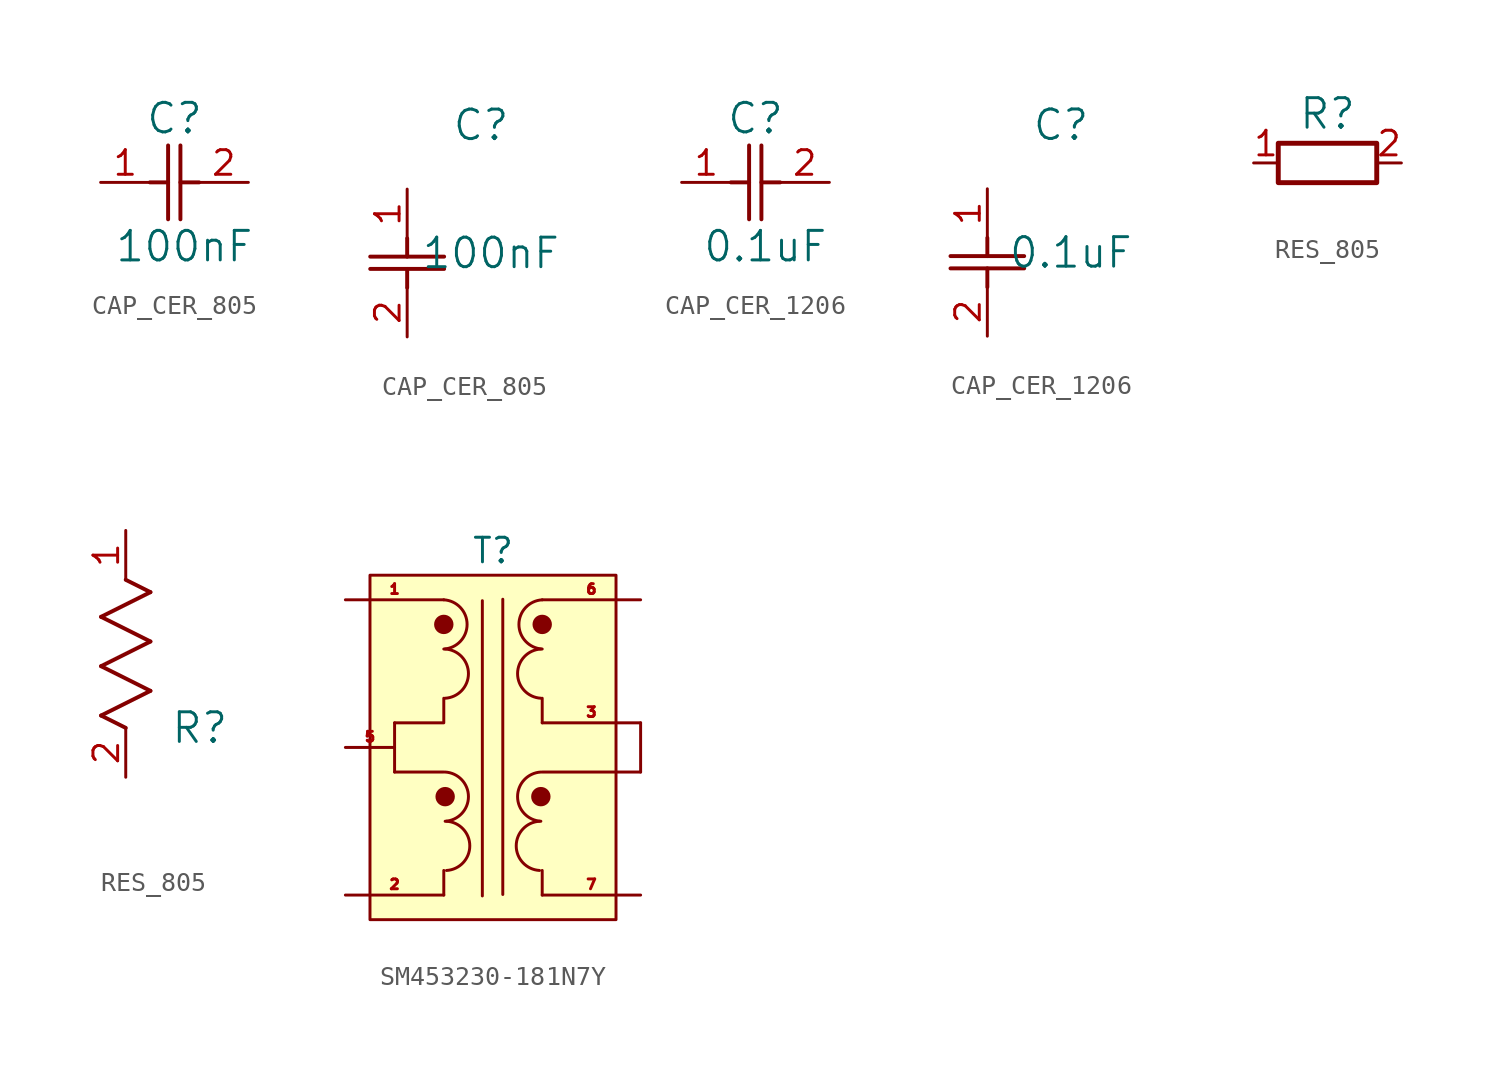
<source format=kicad_sym>
(kicad_symbol_lib
  (version 20231120)
  (generator "kicad_symbol_editor")
  (generator_version "8.0")
  (symbol "CAP_CER_805"
    (pin_names
      (offset 0.254))
    (property "Reference" "C"
      (at 3.81 3.302 0)
      (effects (font (size 1.524 1.524))))
    (property "Value" "100nF"
      (at 4.318 -3.302 0)
      (effects (font (size 1.524 1.524))))
    (symbol "CAP_CER_805_1_1"
      (polyline (pts (xy 2.54 0) (xy 3.48 0)) (stroke (width 0.203) (type default)) (fill (type none)))
      (polyline (pts (xy 3.48 -1.905) (xy 3.48 1.905)) (stroke (width 0.203) (type default)) (fill (type none)))
      (polyline (pts (xy 4.115 -1.905) (xy 4.115 1.905)) (stroke (width 0.203) (type default)) (fill (type none)))
      (polyline (pts (xy 4.115 0) (xy 5.08 0)) (stroke (width 0.203) (type default)) (fill (type none)))
      (pin unspecified line (at 0 0 0) (length 2.54) (name "" (effects (font (size 1.27 1.27)))) (number "1" (effects (font (size 1.27 1.27)))))
      (pin unspecified line (at 7.62 0 180) (length 2.54) (name "" (effects (font (size 1.27 1.27)))) (number "2" (effects (font (size 1.27 1.27))))))
    (symbol "CAP_CER_805_1_2"
      (polyline (pts (xy -1.905 -4.115) (xy 1.905 -4.115)) (stroke (width 0.203) (type default)) (fill (type none)))
      (polyline (pts (xy -1.905 -3.48) (xy 1.905 -3.48)) (stroke (width 0.203) (type default)) (fill (type none)))
      (polyline (pts (xy 0 -4.115) (xy 0 -5.08)) (stroke (width 0.203) (type default)) (fill (type none)))
      (polyline (pts (xy 0 -2.54) (xy 0 -3.48)) (stroke (width 0.203) (type default)) (fill (type none)))
      (pin unspecified line (at 0 0 270) (length 2.54) (name "" (effects (font (size 1.27 1.27)))) (number "1" (effects (font (size 1.27 1.27)))))
      (pin unspecified line (at 0 -7.62 90) (length 2.54) (name "" (effects (font (size 1.27 1.27)))) (number "2" (effects (font (size 1.27 1.27)))))))
  (symbol "CAP_CER_1206"
    (pin_names
      (offset 0.254))
    (property "Reference" "C"
      (at 3.81 3.302 0)
      (effects (font (size 1.524 1.524))))
    (property "Value" "0.1uF"
      (at 4.318 -3.302 0)
      (effects (font (size 1.524 1.524))))
    (symbol "CAP_CER_1206_1_1"
      (polyline (pts (xy 2.54 0) (xy 3.48 0)) (stroke (width 0.203) (type default)) (fill (type none)))
      (polyline (pts (xy 3.48 -1.905) (xy 3.48 1.905)) (stroke (width 0.203) (type default)) (fill (type none)))
      (polyline (pts (xy 4.115 -1.905) (xy 4.115 1.905)) (stroke (width 0.203) (type default)) (fill (type none)))
      (polyline (pts (xy 4.115 0) (xy 5.08 0)) (stroke (width 0.203) (type default)) (fill (type none)))
      (pin unspecified line (at 0 0 0) (length 2.54) (name "" (effects (font (size 1.27 1.27)))) (number "1" (effects (font (size 1.27 1.27)))))
      (pin unspecified line (at 7.62 0 180) (length 2.54) (name "" (effects (font (size 1.27 1.27)))) (number "2" (effects (font (size 1.27 1.27))))))
    (symbol "CAP_CER_1206_1_2"
      (polyline (pts (xy -1.905 -4.115) (xy 1.905 -4.115)) (stroke (width 0.203) (type default)) (fill (type none)))
      (polyline (pts (xy -1.905 -3.48) (xy 1.905 -3.48)) (stroke (width 0.203) (type default)) (fill (type none)))
      (polyline (pts (xy 0 -4.115) (xy 0 -5.08)) (stroke (width 0.203) (type default)) (fill (type none)))
      (polyline (pts (xy 0 -2.54) (xy 0 -3.48)) (stroke (width 0.203) (type default)) (fill (type none)))
      (pin unspecified line (at 0 0 270) (length 2.54) (name "" (effects (font (size 1.27 1.27)))) (number "1" (effects (font (size 1.27 1.27)))))
      (pin unspecified line (at 0 -7.62 90) (length 2.54) (name "" (effects (font (size 1.27 1.27)))) (number "2" (effects (font (size 1.27 1.27)))))))
  (symbol "RES_805"
    (pin_names
      (offset 0.254))
    (property "Reference" "R"
      (at 3.81 2.54 0)
      (effects (font (size 1.524 1.524))))
    (property "Value" ""
      (at 3.81 -2.54 0)
      (effects (font (size 1.524 1.524))))
    (symbol "RES_805_0_1"
      (rectangle (start 1.27 1.016) (end 6.35 -1.016) (stroke (width 0.254) (type default)) (fill (type none))))
    (symbol "RES_805_1_1"
      (pin passive line (at 0 0 0) (length 1.27) (name "~" (effects (font (size 1.27 1.27)))) (number "1" (effects (font (size 1.27 1.27)))))
      (pin passive line (at 7.62 0 180) (length 1.27) (name "~" (effects (font (size 1.27 1.27)))) (number "2" (effects (font (size 1.27 1.27))))))
    (symbol "RES_805_1_2"
      (polyline (pts (xy -1.27 3.175) (xy 1.27 4.445)) (stroke (width 0.203) (type default)) (fill (type none)))
      (polyline (pts (xy -1.27 5.715) (xy 1.27 6.985)) (stroke (width 0.203) (type default)) (fill (type none)))
      (polyline (pts (xy -1.27 8.255) (xy 1.27 9.525)) (stroke (width 0.203) (type default)) (fill (type none)))
      (polyline (pts (xy 0 2.54) (xy -1.27 3.175)) (stroke (width 0.203) (type default)) (fill (type none)))
      (polyline (pts (xy 1.27 4.445) (xy -1.27 5.715)) (stroke (width 0.203) (type default)) (fill (type none)))
      (polyline (pts (xy 1.27 6.985) (xy -1.27 8.255)) (stroke (width 0.203) (type default)) (fill (type none)))
      (polyline (pts (xy 1.27 9.525) (xy 0 10.16)) (stroke (width 0.203) (type default)) (fill (type none)))
      (pin unspecified line (at 0 12.7 270) (length 2.54) (name "" (effects (font (size 1.27 1.27)))) (number "1" (effects (font (size 1.27 1.27)))))
      (pin unspecified line (at 0 0 90) (length 2.54) (name "" (effects (font (size 1.27 1.27)))) (number "2" (effects (font (size 1.27 1.27)))))))
  (symbol "SM453230-181N7Y"
    (property "Reference" "T"
      (at 0 10.16 0)
      (effects (font (size 1.27 1.27))))
    (property "Value" ""
      (at -0.55 -0.045 0)
      (effects (font (size 1.27 1.27))))
    (symbol "SM453230-181N7Y_0_1"
      (arc (start -2.54 5.08) (mid -1.3376 6.35) (end -2.54 7.62) (stroke (width 0) (type default)) (fill (type none)))
      (arc (start -2.4705 -3.81) (mid -1.2681 -2.54) (end -2.4705 -1.27) (stroke (width 0) (type default)) (fill (type none)))
      (arc (start -2.4705 2.54) (mid -1.2681 3.81) (end -2.4705 5.08) (stroke (width 0) (type default)) (fill (type none)))
      (arc (start -2.401 -6.35) (mid -1.1986 -5.08) (end -2.401 -3.81) (stroke (width 0) (type default)) (fill (type none)))
      (polyline (pts (xy 2.54 -1.27) (xy 7.62 -1.27)) (stroke (width 0) (type default)) (fill (type none)))
      (polyline (pts (xy 7.62 1.27) (xy 7.62 -1.27)) (stroke (width 0) (type default)) (fill (type none)))
      (arc (start 2.401 -3.81) (mid 1.1986 -5.08) (end 2.401 -6.35) (stroke (width 0) (type default)) (fill (type none)))
      (arc (start 2.4705 -1.27) (mid 1.2681 -2.54) (end 2.4705 -3.81) (stroke (width 0) (type default)) (fill (type none)))
      (arc (start 2.4705 5.08) (mid 1.2681 3.81) (end 2.4705 2.54) (stroke (width 0) (type default)) (fill (type none)))
      (arc (start 2.54 7.62) (mid 1.3376 6.35) (end 2.54 5.08) (stroke (width 0) (type default)) (fill (type none))))
    (symbol "SM453230-181N7Y_1_1"
      (rectangle (start -6.35 8.89) (end 6.35 -8.89) (stroke (width 0) (type default)) (fill (type background)))
      (circle (center -2.54 6.35) (radius 0.0001) (stroke (width 0.5) (type default)) (fill (type none)))
      (circle (center -2.47 -2.54) (radius 0.0001) (stroke (width 0.5) (type default)) (fill (type none)))
      (polyline (pts (xy -5.08 -1.27) (xy -2.54 -1.27)) (stroke (width 0) (type default)) (fill (type none)))
      (polyline (pts (xy -5.08 1.27) (xy -5.08 -1.27)) (stroke (width 0) (type default)) (fill (type none)))
      (polyline (pts (xy -2.54 -6.35) (xy -2.54 -7.62)) (stroke (width 0) (type default)) (fill (type none)))
      (polyline (pts (xy -0.55 -7.665) (xy -0.55 7.575)) (stroke (width 0) (type default)) (fill (type none)))
      (polyline (pts (xy 0.505 -7.59) (xy 0.505 7.65)) (stroke (width 0) (type default)) (fill (type none)))
      (polyline (pts (xy 2.54 -6.35) (xy 2.54 -7.62)) (stroke (width 0) (type default)) (fill (type none)))
      (polyline (pts (xy 2.54 2.54) (xy 2.54 1.27)) (stroke (width 0) (type default)) (fill (type none)))
      (polyline (pts (xy -2.54 2.54) (xy -2.54 1.27) (xy -5.08 1.27)) (stroke (width 0) (type default)) (fill (type none)))
      (circle (center 2.47 -2.54) (radius 0.0001) (stroke (width 0.5) (type default)) (fill (type none)))
      (circle (center 2.54 6.35) (radius 0.0001) (stroke (width 0.5) (type default)) (fill (type none)))
      (pin output line (at -7.62 7.62 0) (length 5.08) (name "" (effects (font (size 0.508 0.508)))) (number "1" (effects (font (size 0.508 0.508)))))
      (pin output line (at -7.62 -7.62 0) (length 5.08) (name "" (effects (font (size 0.508 0.508)))) (number "2" (effects (font (size 0.508 0.508)))))
      (pin output line (at 7.62 1.27 180) (length 5.08) (name "" (effects (font (size 0.508 0.508)))) (number "3" (effects (font (size 0.508 0.508)))))
      (pin output line (at -7.62 0 0) (length 2.54) (name "" (effects (font (size 0.508 0.508)))) (number "5" (effects (font (size 0.508 0.508)))))
      (pin output line (at 7.62 7.62 180) (length 5.08) (name "" (effects (font (size 0.508 0.508)))) (number "6" (effects (font (size 0.508 0.508)))))
      (pin output line (at 7.62 -7.62 180) (length 5.08) (name "" (effects (font (size 0.508 0.508)))) (number "7" (effects (font (size 0.508 0.508))))))))
</source>
